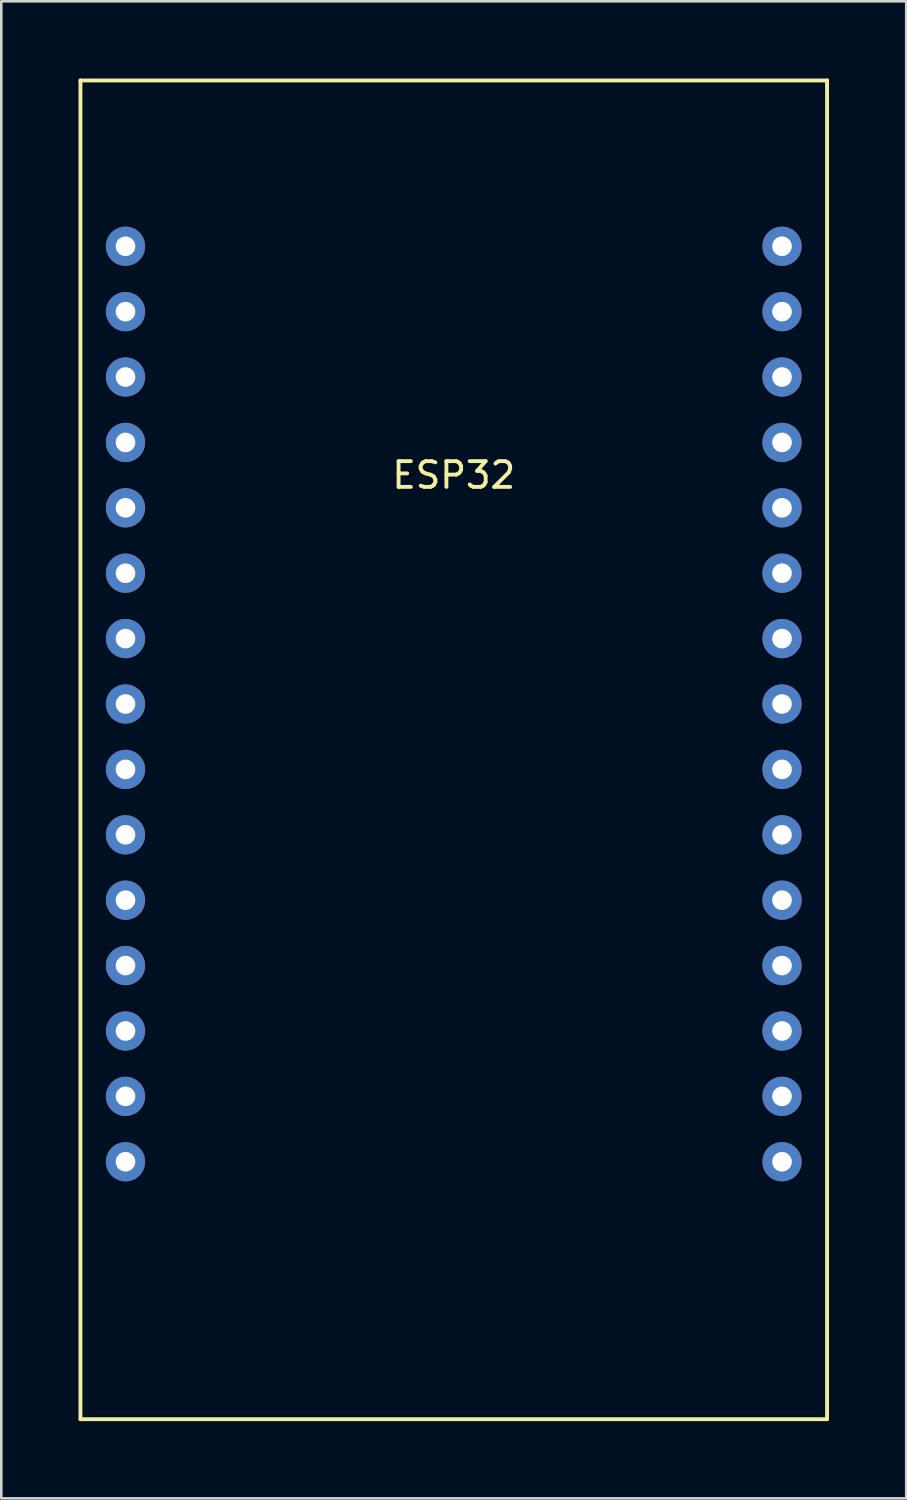
<source format=kicad_pcb>
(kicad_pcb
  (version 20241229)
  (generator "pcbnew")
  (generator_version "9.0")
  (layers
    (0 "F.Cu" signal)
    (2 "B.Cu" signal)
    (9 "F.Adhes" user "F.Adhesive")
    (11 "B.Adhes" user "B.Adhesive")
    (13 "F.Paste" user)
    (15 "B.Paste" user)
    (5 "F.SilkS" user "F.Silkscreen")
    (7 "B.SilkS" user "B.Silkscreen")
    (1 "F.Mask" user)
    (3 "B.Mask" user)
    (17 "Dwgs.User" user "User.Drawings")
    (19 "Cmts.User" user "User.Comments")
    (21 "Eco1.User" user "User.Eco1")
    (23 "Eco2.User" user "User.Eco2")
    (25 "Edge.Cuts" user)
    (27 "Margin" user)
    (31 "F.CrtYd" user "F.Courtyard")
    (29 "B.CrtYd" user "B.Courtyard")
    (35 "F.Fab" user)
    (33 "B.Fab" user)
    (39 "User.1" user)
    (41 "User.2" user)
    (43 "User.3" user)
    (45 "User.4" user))
  (footprint "ESP32"
    (layer "F.Cu")
    (at 14.575 26.075)
    (property "Reference" "ESP32" (at 0 -10.668 0) (layer "F.SilkS") (effects (font (size 1 1) (thickness 0.15))))
    (attr through_hole)
    (fp_line (start -14.5 -26) (end -14.5 26) (stroke (width 0.15) (type solid)) (layer "F.SilkS"))
    (fp_line (start -14.5 -26) (end 14.5 -26) (stroke (width 0.15) (type solid)) (layer "F.SilkS"))
    (fp_line (start 14.5 26) (end -14.5 26) (stroke (width 0.15) (type solid)) (layer "F.SilkS"))
    (fp_line (start 14.5 26) (end 14.5 -26) (stroke (width 0.15) (type solid)) (layer "F.SilkS"))
    (pad "1" thru_hole circle (at -12.75 -19.56) (size 1.524 1.524) (drill 0.762) (layers "*.Cu" "*.Mask"))
    (pad "2" thru_hole circle (at -12.75 -17.02) (size 1.524 1.524) (drill 0.762) (layers "*.Cu" "*.Mask"))
    (pad "3" thru_hole circle (at -12.75 -14.48) (size 1.524 1.524) (drill 0.762) (layers "*.Cu" "*.Mask"))
    (pad "4" thru_hole circle (at -12.75 -11.94) (size 1.524 1.524) (drill 0.762) (layers "*.Cu" "*.Mask"))
    (pad "5" thru_hole circle (at -12.75 -9.4) (size 1.524 1.524) (drill 0.762) (layers "*.Cu" "*.Mask"))
    (pad "6" thru_hole circle (at -12.75 -6.86) (size 1.524 1.524) (drill 0.762) (layers "*.Cu" "*.Mask"))
    (pad "7" thru_hole circle (at -12.75 -4.32) (size 1.524 1.524) (drill 0.762) (layers "*.Cu" "*.Mask"))
    (pad "8" thru_hole circle (at -12.75 -1.78) (size 1.524 1.524) (drill 0.762) (layers "*.Cu" "*.Mask"))
    (pad "9" thru_hole circle (at -12.75 0.76) (size 1.524 1.524) (drill 0.762) (layers "*.Cu" "*.Mask"))
    (pad "10" thru_hole circle (at -12.75 3.3) (size 1.524 1.524) (drill 0.762) (layers "*.Cu" "*.Mask"))
    (pad "11" thru_hole circle (at -12.75 5.84) (size 1.524 1.524) (drill 0.762) (layers "*.Cu" "*.Mask"))
    (pad "12" thru_hole circle (at -12.75 8.38) (size 1.524 1.524) (drill 0.762) (layers "*.Cu" "*.Mask"))
    (pad "13" thru_hole circle (at -12.75 10.92) (size 1.524 1.524) (drill 0.762) (layers "*.Cu" "*.Mask"))
    (pad "14" thru_hole circle (at -12.75 13.46) (size 1.524 1.524) (drill 0.762) (layers "*.Cu" "*.Mask"))
    (pad "15" thru_hole circle (at -12.75 16) (size 1.524 1.524) (drill 0.762) (layers "*.Cu" "*.Mask"))
    (pad "16" thru_hole circle (at 12.75 16) (size 1.524 1.524) (drill 0.762) (layers "*.Cu" "*.Mask"))
    (pad "17" thru_hole circle (at 12.75 13.46) (size 1.524 1.524) (drill 0.762) (layers "*.Cu" "*.Mask"))
    (pad "18" thru_hole circle (at 12.75 10.92) (size 1.524 1.524) (drill 0.762) (layers "*.Cu" "*.Mask"))
    (pad "19" thru_hole circle (at 12.75 8.38) (size 1.524 1.524) (drill 0.762) (layers "*.Cu" "*.Mask"))
    (pad "20" thru_hole circle (at 12.75 5.84) (size 1.524 1.524) (drill 0.762) (layers "*.Cu" "*.Mask"))
    (pad "21" thru_hole circle (at 12.75 3.3) (size 1.524 1.524) (drill 0.762) (layers "*.Cu" "*.Mask"))
    (pad "22" thru_hole circle (at 12.75 0.76) (size 1.524 1.524) (drill 0.762) (layers "*.Cu" "*.Mask"))
    (pad "23" thru_hole circle (at 12.75 -1.78) (size 1.524 1.524) (drill 0.762) (layers "*.Cu" "*.Mask"))
    (pad "24" thru_hole circle (at 12.75 -4.32) (size 1.524 1.524) (drill 0.762) (layers "*.Cu" "*.Mask"))
    (pad "25" thru_hole circle (at 12.75 -6.86) (size 1.524 1.524) (drill 0.762) (layers "*.Cu" "*.Mask"))
    (pad "26" thru_hole circle (at 12.75 -9.4) (size 1.524 1.524) (drill 0.762) (layers "*.Cu" "*.Mask"))
    (pad "27" thru_hole circle (at 12.75 -11.94) (size 1.524 1.524) (drill 0.762) (layers "*.Cu" "*.Mask"))
    (pad "28" thru_hole circle (at 12.75 -14.48) (size 1.524 1.524) (drill 0.762) (layers "*.Cu" "*.Mask"))
    (pad "29" thru_hole circle (at 12.75 -17.02) (size 1.524 1.524) (drill 0.762) (layers "*.Cu" "*.Mask"))
    (pad "30" thru_hole circle (at 12.75 -19.56) (size 1.524 1.524) (drill 0.762) (layers "*.Cu" "*.Mask")))
  (gr_rect
    (start -3 -3)
    (end 32.15 55.15)
    (stroke (width 0.1) (type default))
    (fill no)
    (layer "Edge.Cuts")))
</source>
